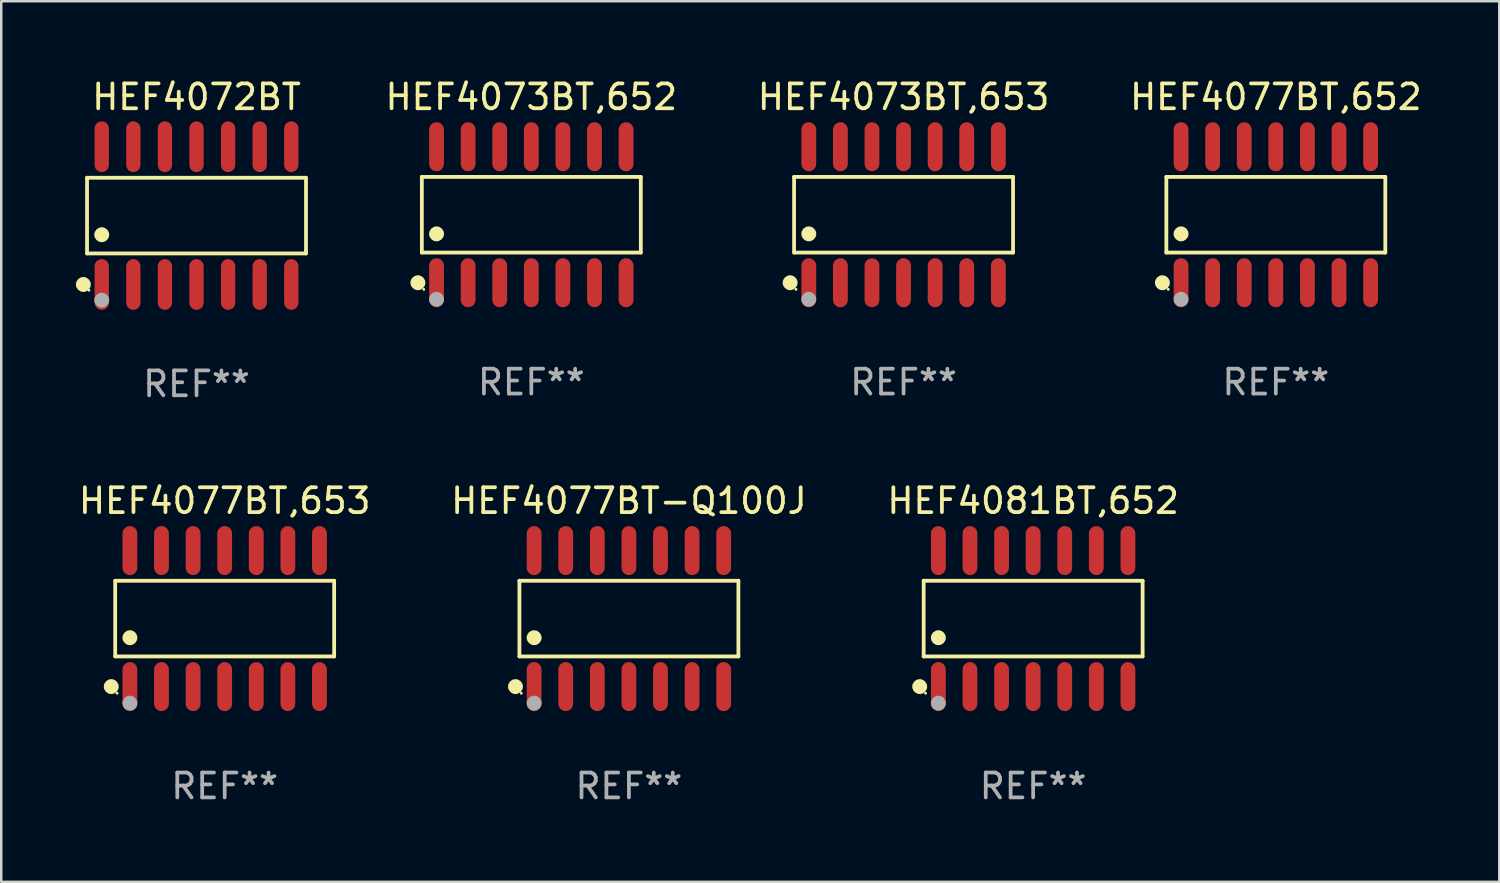
<source format=kicad_pcb>
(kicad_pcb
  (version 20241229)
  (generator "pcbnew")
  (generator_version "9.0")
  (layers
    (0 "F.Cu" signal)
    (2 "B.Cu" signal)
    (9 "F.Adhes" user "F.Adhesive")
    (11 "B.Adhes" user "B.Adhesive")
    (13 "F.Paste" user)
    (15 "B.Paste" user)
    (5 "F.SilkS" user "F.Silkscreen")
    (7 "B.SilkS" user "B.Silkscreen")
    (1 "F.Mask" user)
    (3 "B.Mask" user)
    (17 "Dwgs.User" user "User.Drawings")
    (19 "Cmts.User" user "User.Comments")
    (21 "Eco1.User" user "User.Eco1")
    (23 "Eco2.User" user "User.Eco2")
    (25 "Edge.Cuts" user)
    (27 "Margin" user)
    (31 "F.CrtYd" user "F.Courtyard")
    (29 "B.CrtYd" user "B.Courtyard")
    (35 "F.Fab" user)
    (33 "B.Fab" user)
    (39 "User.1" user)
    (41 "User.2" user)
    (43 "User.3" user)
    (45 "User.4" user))
  (footprint "HEF4081BT,652"
    (layer "F.Cu")
    (at 38.482 21.817)
    (property "Reference" "HEF4081BT,652" (at 0 -4.734 0) (layer "F.SilkS") (effects (font (size 1 1) (thickness 0.15))))
    (attr through_hole)
    (fp_line (start -4.401 -1.521) (end 4.401 -1.521) (stroke (width 0.152) (type solid)) (layer "F.SilkS"))
    (fp_line (start -4.401 1.521) (end -4.401 -1.521) (stroke (width 0.152) (type solid)) (layer "F.SilkS"))
    (fp_line (start 4.401 -1.521) (end 4.401 1.521) (stroke (width 0.152) (type solid)) (layer "F.SilkS"))
    (fp_line (start 4.401 1.521) (end -4.401 1.521) (stroke (width 0.152) (type solid)) (layer "F.SilkS"))
    (fp_circle (center -4.56 2.734) (end -4.41 2.734) (stroke (width 0.3) (type solid)) (fill no) (layer "F.SilkS"))
    (fp_circle (center -4.325 3) (end -4.295 3) (stroke (width 0.06) (type solid)) (fill no) (layer "F.SilkS"))
    (fp_circle (center -3.81 0.769) (end -3.66 0.769) (stroke (width 0.3) (type solid)) (fill no) (layer "F.SilkS"))
    (fp_circle (center -3.81 3.4) (end -3.66 3.4) (stroke (width 0.3) (type solid)) (fill no) (layer "F.Fab"))
    (fp_text user "REF**" (at 0 6.734 0) (layer "F.Fab") (effects (font (size 1 1) (thickness 0.15))))
    (pad "1" smd oval (at -3.81 2.734) (size 0.595 1.968) (layers "F.Cu" "F.Mask" "F.Paste"))
    (pad "2" smd oval (at -2.54 2.734) (size 0.595 1.968) (layers "F.Cu" "F.Mask" "F.Paste"))
    (pad "3" smd oval (at -1.27 2.734) (size 0.595 1.968) (layers "F.Cu" "F.Mask" "F.Paste"))
    (pad "4" smd oval (at 0 2.734) (size 0.595 1.968) (layers "F.Cu" "F.Mask" "F.Paste"))
    (pad "5" smd oval (at 1.27 2.734) (size 0.595 1.968) (layers "F.Cu" "F.Mask" "F.Paste"))
    (pad "6" smd oval (at 2.54 2.734) (size 0.595 1.968) (layers "F.Cu" "F.Mask" "F.Paste"))
    (pad "7" smd oval (at 3.81 2.734) (size 0.595 1.968) (layers "F.Cu" "F.Mask" "F.Paste"))
    (pad "8" smd oval (at 3.81 -2.734) (size 0.595 1.968) (layers "F.Cu" "F.Mask" "F.Paste"))
    (pad "9" smd oval (at 2.54 -2.734) (size 0.595 1.968) (layers "F.Cu" "F.Mask" "F.Paste"))
    (pad "10" smd oval (at 1.27 -2.734) (size 0.595 1.968) (layers "F.Cu" "F.Mask" "F.Paste"))
    (pad "11" smd oval (at 0 -2.734) (size 0.595 1.968) (layers "F.Cu" "F.Mask" "F.Paste"))
    (pad "12" smd oval (at -1.27 -2.734) (size 0.595 1.968) (layers "F.Cu" "F.Mask" "F.Paste"))
    (pad "13" smd oval (at -2.54 -2.734) (size 0.595 1.968) (layers "F.Cu" "F.Mask" "F.Paste"))
    (pad "14" smd oval (at -3.81 -2.734) (size 0.595 1.968) (layers "F.Cu" "F.Mask" "F.Paste")))
  (footprint "HEF4073BT,652"
    (layer "F.Cu")
    (at 18.309 5.582)
    (property "Reference" "HEF4073BT,652" (at 0 -4.734 0) (layer "F.SilkS") (effects (font (size 1 1) (thickness 0.15))))
    (attr through_hole)
    (fp_line (start -4.401 -1.521) (end 4.401 -1.521) (stroke (width 0.152) (type solid)) (layer "F.SilkS"))
    (fp_line (start -4.401 1.521) (end -4.401 -1.521) (stroke (width 0.152) (type solid)) (layer "F.SilkS"))
    (fp_line (start 4.401 -1.521) (end 4.401 1.521) (stroke (width 0.152) (type solid)) (layer "F.SilkS"))
    (fp_line (start 4.401 1.521) (end -4.401 1.521) (stroke (width 0.152) (type solid)) (layer "F.SilkS"))
    (fp_circle (center -4.56 2.734) (end -4.41 2.734) (stroke (width 0.3) (type solid)) (fill no) (layer "F.SilkS"))
    (fp_circle (center -4.325 3) (end -4.295 3) (stroke (width 0.06) (type solid)) (fill no) (layer "F.SilkS"))
    (fp_circle (center -3.81 0.769) (end -3.66 0.769) (stroke (width 0.3) (type solid)) (fill no) (layer "F.SilkS"))
    (fp_circle (center -3.81 3.4) (end -3.66 3.4) (stroke (width 0.3) (type solid)) (fill no) (layer "F.Fab"))
    (fp_text user "REF**" (at 0 6.734 0) (layer "F.Fab") (effects (font (size 1 1) (thickness 0.15))))
    (pad "1" smd oval (at -3.81 2.734) (size 0.595 1.968) (layers "F.Cu" "F.Mask" "F.Paste"))
    (pad "2" smd oval (at -2.54 2.734) (size 0.595 1.968) (layers "F.Cu" "F.Mask" "F.Paste"))
    (pad "3" smd oval (at -1.27 2.734) (size 0.595 1.968) (layers "F.Cu" "F.Mask" "F.Paste"))
    (pad "4" smd oval (at 0 2.734) (size 0.595 1.968) (layers "F.Cu" "F.Mask" "F.Paste"))
    (pad "5" smd oval (at 1.27 2.734) (size 0.595 1.968) (layers "F.Cu" "F.Mask" "F.Paste"))
    (pad "6" smd oval (at 2.54 2.734) (size 0.595 1.968) (layers "F.Cu" "F.Mask" "F.Paste"))
    (pad "7" smd oval (at 3.81 2.734) (size 0.595 1.968) (layers "F.Cu" "F.Mask" "F.Paste"))
    (pad "8" smd oval (at 3.81 -2.734) (size 0.595 1.968) (layers "F.Cu" "F.Mask" "F.Paste"))
    (pad "9" smd oval (at 2.54 -2.734) (size 0.595 1.968) (layers "F.Cu" "F.Mask" "F.Paste"))
    (pad "10" smd oval (at 1.27 -2.734) (size 0.595 1.968) (layers "F.Cu" "F.Mask" "F.Paste"))
    (pad "11" smd oval (at 0 -2.734) (size 0.595 1.968) (layers "F.Cu" "F.Mask" "F.Paste"))
    (pad "12" smd oval (at -1.27 -2.734) (size 0.595 1.968) (layers "F.Cu" "F.Mask" "F.Paste"))
    (pad "13" smd oval (at -2.54 -2.734) (size 0.595 1.968) (layers "F.Cu" "F.Mask" "F.Paste"))
    (pad "14" smd oval (at -3.81 -2.734) (size 0.595 1.968) (layers "F.Cu" "F.Mask" "F.Paste")))
  (footprint "HEF4072BT"
    (layer "F.Cu")
    (at 4.85 5.617)
    (property "Reference" "HEF4072BT" (at 0 -4.769 0) (layer "F.SilkS") (effects (font (size 1 1) (thickness 0.15))))
    (attr through_hole)
    (fp_line (start -4.401 -1.521) (end 4.401 -1.521) (stroke (width 0.152) (type solid)) (layer "F.SilkS"))
    (fp_line (start -4.401 1.521) (end -4.401 -1.521) (stroke (width 0.152) (type solid)) (layer "F.SilkS"))
    (fp_line (start 4.401 -1.521) (end 4.401 1.521) (stroke (width 0.152) (type solid)) (layer "F.SilkS"))
    (fp_line (start 4.401 1.521) (end -4.401 1.521) (stroke (width 0.152) (type solid)) (layer "F.SilkS"))
    (fp_circle (center -4.549 2.769) (end -4.399 2.769) (stroke (width 0.3) (type solid)) (fill no) (layer "F.SilkS"))
    (fp_circle (center -4.325 3) (end -4.295 3) (stroke (width 0.06) (type solid)) (fill no) (layer "F.SilkS"))
    (fp_circle (center -3.81 0.769) (end -3.66 0.769) (stroke (width 0.3) (type solid)) (fill no) (layer "F.SilkS"))
    (fp_circle (center -3.81 3.4) (end -3.66 3.4) (stroke (width 0.3) (type solid)) (fill no) (layer "F.Fab"))
    (fp_text user "REF**" (at 0 6.769 0) (layer "F.Fab") (effects (font (size 1 1) (thickness 0.15))))
    (pad "1" smd oval (at -3.81 2.769) (size 0.574 2.038) (layers "F.Cu" "F.Mask" "F.Paste"))
    (pad "2" smd oval (at -2.54 2.769) (size 0.574 2.038) (layers "F.Cu" "F.Mask" "F.Paste"))
    (pad "3" smd oval (at -1.27 2.769) (size 0.574 2.038) (layers "F.Cu" "F.Mask" "F.Paste"))
    (pad "4" smd oval (at 0 2.769) (size 0.574 2.038) (layers "F.Cu" "F.Mask" "F.Paste"))
    (pad "5" smd oval (at 1.27 2.769) (size 0.574 2.038) (layers "F.Cu" "F.Mask" "F.Paste"))
    (pad "6" smd oval (at 2.54 2.769) (size 0.574 2.038) (layers "F.Cu" "F.Mask" "F.Paste"))
    (pad "7" smd oval (at 3.81 2.769) (size 0.574 2.038) (layers "F.Cu" "F.Mask" "F.Paste"))
    (pad "8" smd oval (at 3.81 -2.769) (size 0.574 2.038) (layers "F.Cu" "F.Mask" "F.Paste"))
    (pad "9" smd oval (at 2.54 -2.769) (size 0.574 2.038) (layers "F.Cu" "F.Mask" "F.Paste"))
    (pad "10" smd oval (at 1.27 -2.769) (size 0.574 2.038) (layers "F.Cu" "F.Mask" "F.Paste"))
    (pad "11" smd oval (at 0 -2.769) (size 0.574 2.038) (layers "F.Cu" "F.Mask" "F.Paste"))
    (pad "12" smd oval (at -1.27 -2.769) (size 0.574 2.038) (layers "F.Cu" "F.Mask" "F.Paste"))
    (pad "13" smd oval (at -2.54 -2.769) (size 0.574 2.038) (layers "F.Cu" "F.Mask" "F.Paste"))
    (pad "14" smd oval (at -3.81 -2.769) (size 0.574 2.038) (layers "F.Cu" "F.Mask" "F.Paste")))
  (footprint "HEF4077BT-Q100J"
    (layer "F.Cu")
    (at 22.232 21.817)
    (property "Reference" "HEF4077BT-Q100J" (at 0 -4.734 0) (layer "F.SilkS") (effects (font (size 1 1) (thickness 0.15))))
    (attr through_hole)
    (fp_line (start -4.401 -1.521) (end 4.401 -1.521) (stroke (width 0.152) (type solid)) (layer "F.SilkS"))
    (fp_line (start -4.401 1.521) (end -4.401 -1.521) (stroke (width 0.152) (type solid)) (layer "F.SilkS"))
    (fp_line (start 4.401 -1.521) (end 4.401 1.521) (stroke (width 0.152) (type solid)) (layer "F.SilkS"))
    (fp_line (start 4.401 1.521) (end -4.401 1.521) (stroke (width 0.152) (type solid)) (layer "F.SilkS"))
    (fp_circle (center -4.56 2.734) (end -4.41 2.734) (stroke (width 0.3) (type solid)) (fill no) (layer "F.SilkS"))
    (fp_circle (center -4.325 3) (end -4.295 3) (stroke (width 0.06) (type solid)) (fill no) (layer "F.SilkS"))
    (fp_circle (center -3.81 0.769) (end -3.66 0.769) (stroke (width 0.3) (type solid)) (fill no) (layer "F.SilkS"))
    (fp_circle (center -3.81 3.4) (end -3.66 3.4) (stroke (width 0.3) (type solid)) (fill no) (layer "F.Fab"))
    (fp_text user "REF**" (at 0 6.734 0) (layer "F.Fab") (effects (font (size 1 1) (thickness 0.15))))
    (pad "1" smd oval (at -3.81 2.734) (size 0.595 1.968) (layers "F.Cu" "F.Mask" "F.Paste"))
    (pad "2" smd oval (at -2.54 2.734) (size 0.595 1.968) (layers "F.Cu" "F.Mask" "F.Paste"))
    (pad "3" smd oval (at -1.27 2.734) (size 0.595 1.968) (layers "F.Cu" "F.Mask" "F.Paste"))
    (pad "4" smd oval (at 0 2.734) (size 0.595 1.968) (layers "F.Cu" "F.Mask" "F.Paste"))
    (pad "5" smd oval (at 1.27 2.734) (size 0.595 1.968) (layers "F.Cu" "F.Mask" "F.Paste"))
    (pad "6" smd oval (at 2.54 2.734) (size 0.595 1.968) (layers "F.Cu" "F.Mask" "F.Paste"))
    (pad "7" smd oval (at 3.81 2.734) (size 0.595 1.968) (layers "F.Cu" "F.Mask" "F.Paste"))
    (pad "8" smd oval (at 3.81 -2.734) (size 0.595 1.968) (layers "F.Cu" "F.Mask" "F.Paste"))
    (pad "9" smd oval (at 2.54 -2.734) (size 0.595 1.968) (layers "F.Cu" "F.Mask" "F.Paste"))
    (pad "10" smd oval (at 1.27 -2.734) (size 0.595 1.968) (layers "F.Cu" "F.Mask" "F.Paste"))
    (pad "11" smd oval (at 0 -2.734) (size 0.595 1.968) (layers "F.Cu" "F.Mask" "F.Paste"))
    (pad "12" smd oval (at -1.27 -2.734) (size 0.595 1.968) (layers "F.Cu" "F.Mask" "F.Paste"))
    (pad "13" smd oval (at -2.54 -2.734) (size 0.595 1.968) (layers "F.Cu" "F.Mask" "F.Paste"))
    (pad "14" smd oval (at -3.81 -2.734) (size 0.595 1.968) (layers "F.Cu" "F.Mask" "F.Paste")))
  (footprint "HEF4077BT,653"
    (layer "F.Cu")
    (at 5.982 21.817)
    (property "Reference" "HEF4077BT,653" (at 0 -4.734 0) (layer "F.SilkS") (effects (font (size 1 1) (thickness 0.15))))
    (attr through_hole)
    (fp_line (start -4.401 -1.521) (end 4.401 -1.521) (stroke (width 0.152) (type solid)) (layer "F.SilkS"))
    (fp_line (start -4.401 1.521) (end -4.401 -1.521) (stroke (width 0.152) (type solid)) (layer "F.SilkS"))
    (fp_line (start 4.401 -1.521) (end 4.401 1.521) (stroke (width 0.152) (type solid)) (layer "F.SilkS"))
    (fp_line (start 4.401 1.521) (end -4.401 1.521) (stroke (width 0.152) (type solid)) (layer "F.SilkS"))
    (fp_circle (center -4.56 2.734) (end -4.41 2.734) (stroke (width 0.3) (type solid)) (fill no) (layer "F.SilkS"))
    (fp_circle (center -4.325 3) (end -4.295 3) (stroke (width 0.06) (type solid)) (fill no) (layer "F.SilkS"))
    (fp_circle (center -3.81 0.769) (end -3.66 0.769) (stroke (width 0.3) (type solid)) (fill no) (layer "F.SilkS"))
    (fp_circle (center -3.81 3.4) (end -3.66 3.4) (stroke (width 0.3) (type solid)) (fill no) (layer "F.Fab"))
    (fp_text user "REF**" (at 0 6.734 0) (layer "F.Fab") (effects (font (size 1 1) (thickness 0.15))))
    (pad "1" smd oval (at -3.81 2.734) (size 0.595 1.968) (layers "F.Cu" "F.Mask" "F.Paste"))
    (pad "2" smd oval (at -2.54 2.734) (size 0.595 1.968) (layers "F.Cu" "F.Mask" "F.Paste"))
    (pad "3" smd oval (at -1.27 2.734) (size 0.595 1.968) (layers "F.Cu" "F.Mask" "F.Paste"))
    (pad "4" smd oval (at 0 2.734) (size 0.595 1.968) (layers "F.Cu" "F.Mask" "F.Paste"))
    (pad "5" smd oval (at 1.27 2.734) (size 0.595 1.968) (layers "F.Cu" "F.Mask" "F.Paste"))
    (pad "6" smd oval (at 2.54 2.734) (size 0.595 1.968) (layers "F.Cu" "F.Mask" "F.Paste"))
    (pad "7" smd oval (at 3.81 2.734) (size 0.595 1.968) (layers "F.Cu" "F.Mask" "F.Paste"))
    (pad "8" smd oval (at 3.81 -2.734) (size 0.595 1.968) (layers "F.Cu" "F.Mask" "F.Paste"))
    (pad "9" smd oval (at 2.54 -2.734) (size 0.595 1.968) (layers "F.Cu" "F.Mask" "F.Paste"))
    (pad "10" smd oval (at 1.27 -2.734) (size 0.595 1.968) (layers "F.Cu" "F.Mask" "F.Paste"))
    (pad "11" smd oval (at 0 -2.734) (size 0.595 1.968) (layers "F.Cu" "F.Mask" "F.Paste"))
    (pad "12" smd oval (at -1.27 -2.734) (size 0.595 1.968) (layers "F.Cu" "F.Mask" "F.Paste"))
    (pad "13" smd oval (at -2.54 -2.734) (size 0.595 1.968) (layers "F.Cu" "F.Mask" "F.Paste"))
    (pad "14" smd oval (at -3.81 -2.734) (size 0.595 1.968) (layers "F.Cu" "F.Mask" "F.Paste")))
  (footprint "HEF4073BT,653"
    (layer "F.Cu")
    (at 33.273 5.582)
    (property "Reference" "HEF4073BT,653" (at 0 -4.734 0) (layer "F.SilkS") (effects (font (size 1 1) (thickness 0.15))))
    (attr through_hole)
    (fp_line (start -4.401 -1.521) (end 4.401 -1.521) (stroke (width 0.152) (type solid)) (layer "F.SilkS"))
    (fp_line (start -4.401 1.521) (end -4.401 -1.521) (stroke (width 0.152) (type solid)) (layer "F.SilkS"))
    (fp_line (start 4.401 -1.521) (end 4.401 1.521) (stroke (width 0.152) (type solid)) (layer "F.SilkS"))
    (fp_line (start 4.401 1.521) (end -4.401 1.521) (stroke (width 0.152) (type solid)) (layer "F.SilkS"))
    (fp_circle (center -4.56 2.734) (end -4.41 2.734) (stroke (width 0.3) (type solid)) (fill no) (layer "F.SilkS"))
    (fp_circle (center -4.325 3) (end -4.295 3) (stroke (width 0.06) (type solid)) (fill no) (layer "F.SilkS"))
    (fp_circle (center -3.81 0.769) (end -3.66 0.769) (stroke (width 0.3) (type solid)) (fill no) (layer "F.SilkS"))
    (fp_circle (center -3.81 3.4) (end -3.66 3.4) (stroke (width 0.3) (type solid)) (fill no) (layer "F.Fab"))
    (fp_text user "REF**" (at 0 6.734 0) (layer "F.Fab") (effects (font (size 1 1) (thickness 0.15))))
    (pad "1" smd oval (at -3.81 2.734) (size 0.595 1.968) (layers "F.Cu" "F.Mask" "F.Paste"))
    (pad "2" smd oval (at -2.54 2.734) (size 0.595 1.968) (layers "F.Cu" "F.Mask" "F.Paste"))
    (pad "3" smd oval (at -1.27 2.734) (size 0.595 1.968) (layers "F.Cu" "F.Mask" "F.Paste"))
    (pad "4" smd oval (at 0 2.734) (size 0.595 1.968) (layers "F.Cu" "F.Mask" "F.Paste"))
    (pad "5" smd oval (at 1.27 2.734) (size 0.595 1.968) (layers "F.Cu" "F.Mask" "F.Paste"))
    (pad "6" smd oval (at 2.54 2.734) (size 0.595 1.968) (layers "F.Cu" "F.Mask" "F.Paste"))
    (pad "7" smd oval (at 3.81 2.734) (size 0.595 1.968) (layers "F.Cu" "F.Mask" "F.Paste"))
    (pad "8" smd oval (at 3.81 -2.734) (size 0.595 1.968) (layers "F.Cu" "F.Mask" "F.Paste"))
    (pad "9" smd oval (at 2.54 -2.734) (size 0.595 1.968) (layers "F.Cu" "F.Mask" "F.Paste"))
    (pad "10" smd oval (at 1.27 -2.734) (size 0.595 1.968) (layers "F.Cu" "F.Mask" "F.Paste"))
    (pad "11" smd oval (at 0 -2.734) (size 0.595 1.968) (layers "F.Cu" "F.Mask" "F.Paste"))
    (pad "12" smd oval (at -1.27 -2.734) (size 0.595 1.968) (layers "F.Cu" "F.Mask" "F.Paste"))
    (pad "13" smd oval (at -2.54 -2.734) (size 0.595 1.968) (layers "F.Cu" "F.Mask" "F.Paste"))
    (pad "14" smd oval (at -3.81 -2.734) (size 0.595 1.968) (layers "F.Cu" "F.Mask" "F.Paste")))
  (footprint "HEF4077BT,652"
    (layer "F.Cu")
    (at 48.238 5.582)
    (property "Reference" "HEF4077BT,652" (at 0 -4.734 0) (layer "F.SilkS") (effects (font (size 1 1) (thickness 0.15))))
    (attr through_hole)
    (fp_line (start -4.401 -1.521) (end 4.401 -1.521) (stroke (width 0.152) (type solid)) (layer "F.SilkS"))
    (fp_line (start -4.401 1.521) (end -4.401 -1.521) (stroke (width 0.152) (type solid)) (layer "F.SilkS"))
    (fp_line (start 4.401 -1.521) (end 4.401 1.521) (stroke (width 0.152) (type solid)) (layer "F.SilkS"))
    (fp_line (start 4.401 1.521) (end -4.401 1.521) (stroke (width 0.152) (type solid)) (layer "F.SilkS"))
    (fp_circle (center -4.56 2.734) (end -4.41 2.734) (stroke (width 0.3) (type solid)) (fill no) (layer "F.SilkS"))
    (fp_circle (center -4.325 3) (end -4.295 3) (stroke (width 0.06) (type solid)) (fill no) (layer "F.SilkS"))
    (fp_circle (center -3.81 0.769) (end -3.66 0.769) (stroke (width 0.3) (type solid)) (fill no) (layer "F.SilkS"))
    (fp_circle (center -3.81 3.4) (end -3.66 3.4) (stroke (width 0.3) (type solid)) (fill no) (layer "F.Fab"))
    (fp_text user "REF**" (at 0 6.734 0) (layer "F.Fab") (effects (font (size 1 1) (thickness 0.15))))
    (pad "1" smd oval (at -3.81 2.734) (size 0.595 1.968) (layers "F.Cu" "F.Mask" "F.Paste"))
    (pad "2" smd oval (at -2.54 2.734) (size 0.595 1.968) (layers "F.Cu" "F.Mask" "F.Paste"))
    (pad "3" smd oval (at -1.27 2.734) (size 0.595 1.968) (layers "F.Cu" "F.Mask" "F.Paste"))
    (pad "4" smd oval (at 0 2.734) (size 0.595 1.968) (layers "F.Cu" "F.Mask" "F.Paste"))
    (pad "5" smd oval (at 1.27 2.734) (size 0.595 1.968) (layers "F.Cu" "F.Mask" "F.Paste"))
    (pad "6" smd oval (at 2.54 2.734) (size 0.595 1.968) (layers "F.Cu" "F.Mask" "F.Paste"))
    (pad "7" smd oval (at 3.81 2.734) (size 0.595 1.968) (layers "F.Cu" "F.Mask" "F.Paste"))
    (pad "8" smd oval (at 3.81 -2.734) (size 0.595 1.968) (layers "F.Cu" "F.Mask" "F.Paste"))
    (pad "9" smd oval (at 2.54 -2.734) (size 0.595 1.968) (layers "F.Cu" "F.Mask" "F.Paste"))
    (pad "10" smd oval (at 1.27 -2.734) (size 0.595 1.968) (layers "F.Cu" "F.Mask" "F.Paste"))
    (pad "11" smd oval (at 0 -2.734) (size 0.595 1.968) (layers "F.Cu" "F.Mask" "F.Paste"))
    (pad "12" smd oval (at -1.27 -2.734) (size 0.595 1.968) (layers "F.Cu" "F.Mask" "F.Paste"))
    (pad "13" smd oval (at -2.54 -2.734) (size 0.595 1.968) (layers "F.Cu" "F.Mask" "F.Paste"))
    (pad "14" smd oval (at -3.81 -2.734) (size 0.595 1.968) (layers "F.Cu" "F.Mask" "F.Paste")))
  (gr_rect
    (start -3 -3)
    (end 57.22 32.399)
    (stroke (width 0.1) (type default))
    (fill no)
    (layer "Edge.Cuts")))
</source>
